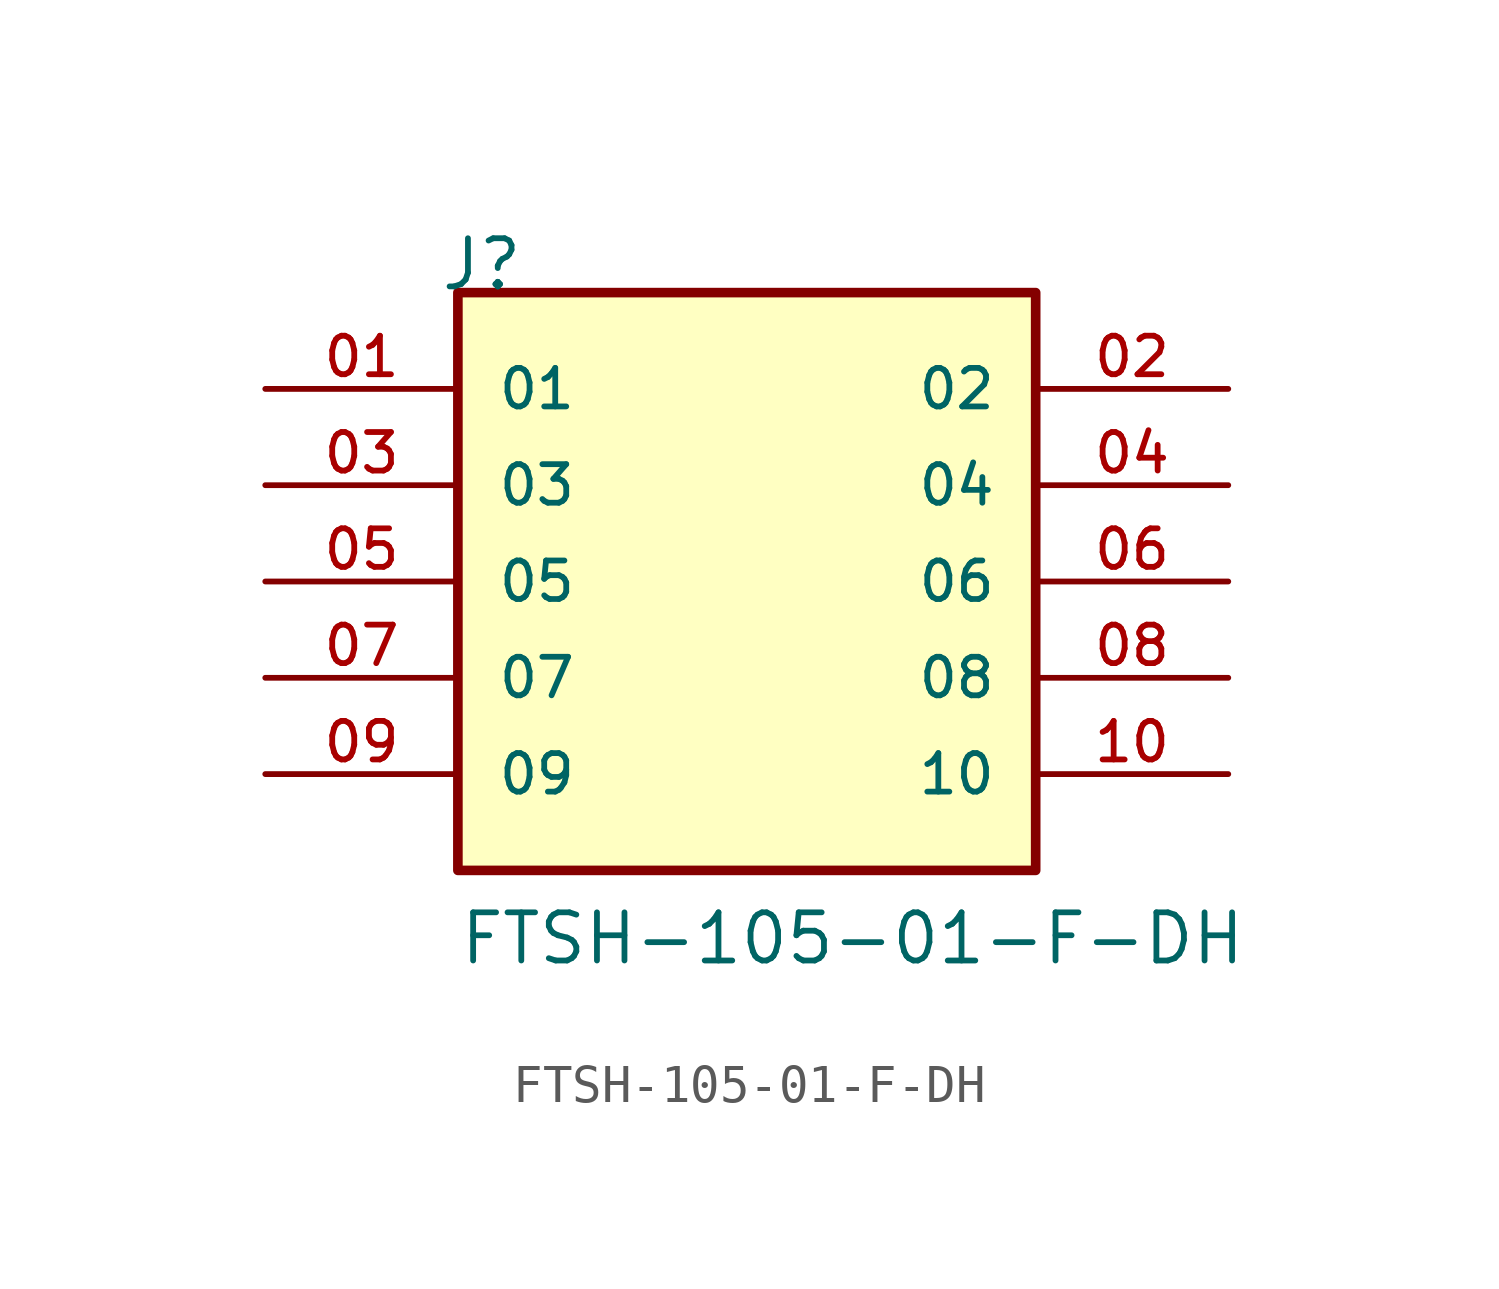
<source format=kicad_sym>
(kicad_symbol_lib
  (version 20241209)
  (generator "kicad_symbol_editor")
  (generator_version "9.0")
  (symbol "FTSH-105-01-F-DH"
    (pin_names
      (offset 1.016))
    (property "Reference" "J"
      (at -8.12 7.62 0)
      (effects (font (size 1.27 1.27)) (justify left bottom)))
    (property "Value" "FTSH-105-01-F-DH"
      (at -7.62 -10.16 0)
      (effects (font (size 1.27 1.27)) (justify left bottom)))
    (symbol "FTSH-105-01-F-DH_0_0"
      (pin passive line (at -12.7 5.08 0) (length 5.08) (name "01" (effects (font (size 1.016 1.016)))) (number "01" (effects (font (size 1.016 1.016)))))
      (pin passive line (at -12.7 2.54 0) (length 5.08) (name "03" (effects (font (size 1.016 1.016)))) (number "03" (effects (font (size 1.016 1.016)))))
      (pin passive line (at -12.7 0 0) (length 5.08) (name "05" (effects (font (size 1.016 1.016)))) (number "05" (effects (font (size 1.016 1.016)))))
      (pin passive line (at -12.7 -2.54 0) (length 5.08) (name "07" (effects (font (size 1.016 1.016)))) (number "07" (effects (font (size 1.016 1.016)))))
      (pin passive line (at -12.7 -5.08 0) (length 5.08) (name "09" (effects (font (size 1.016 1.016)))) (number "09" (effects (font (size 1.016 1.016)))))
      (pin passive line (at 12.7 5.08 180) (length 5.08) (name "02" (effects (font (size 1.016 1.016)))) (number "02" (effects (font (size 1.016 1.016)))))
      (pin passive line (at 12.7 2.54 180) (length 5.08) (name "04" (effects (font (size 1.016 1.016)))) (number "04" (effects (font (size 1.016 1.016)))))
      (pin passive line (at 12.7 0 180) (length 5.08) (name "06" (effects (font (size 1.016 1.016)))) (number "06" (effects (font (size 1.016 1.016)))))
      (pin passive line (at 12.7 -2.54 180) (length 5.08) (name "08" (effects (font (size 1.016 1.016)))) (number "08" (effects (font (size 1.016 1.016)))))
      (pin passive line (at 12.7 -5.08 180) (length 5.08) (name "10" (effects (font (size 1.016 1.016)))) (number "10" (effects (font (size 1.016 1.016))))))
    (symbol "FTSH-105-01-F-DH_1_0"
      (rectangle (start -7.62 7.62) (end 7.62 -7.62) (stroke (width 0.254) (type solid)) (fill (type background))))))
</source>
